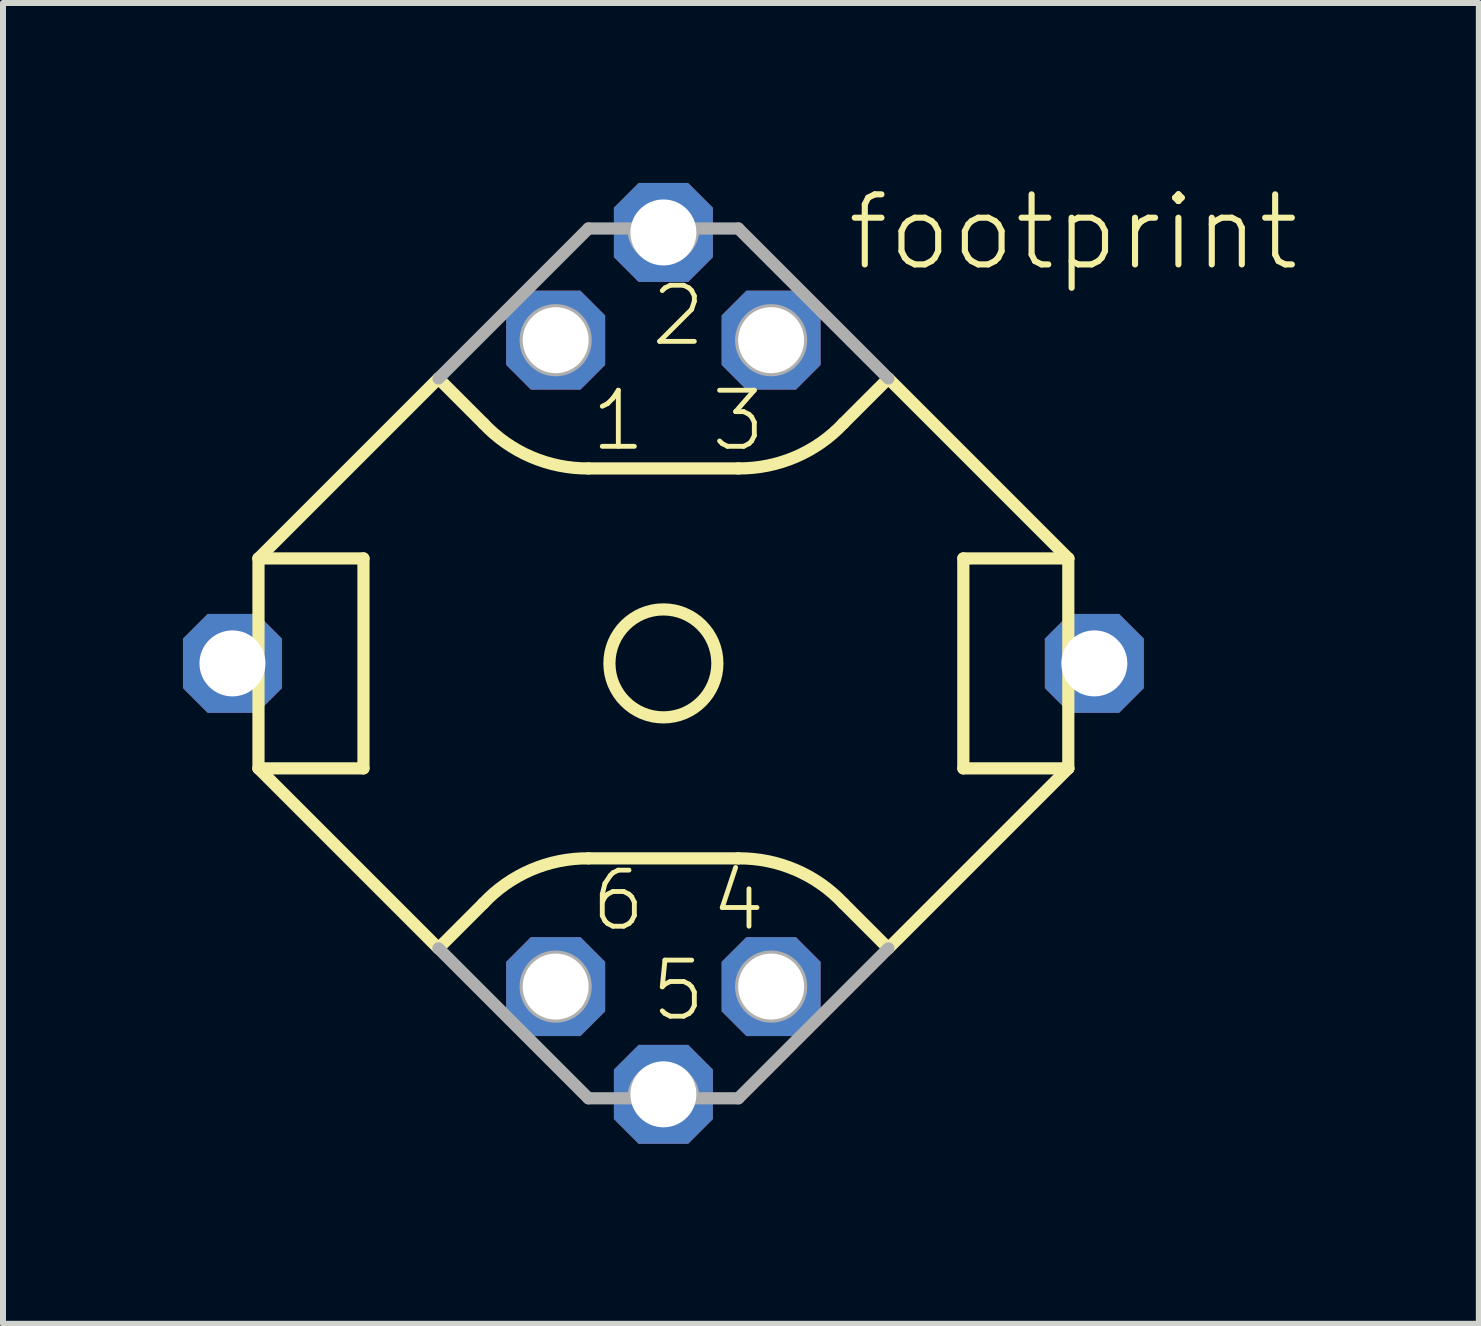
<source format=kicad_pcb>
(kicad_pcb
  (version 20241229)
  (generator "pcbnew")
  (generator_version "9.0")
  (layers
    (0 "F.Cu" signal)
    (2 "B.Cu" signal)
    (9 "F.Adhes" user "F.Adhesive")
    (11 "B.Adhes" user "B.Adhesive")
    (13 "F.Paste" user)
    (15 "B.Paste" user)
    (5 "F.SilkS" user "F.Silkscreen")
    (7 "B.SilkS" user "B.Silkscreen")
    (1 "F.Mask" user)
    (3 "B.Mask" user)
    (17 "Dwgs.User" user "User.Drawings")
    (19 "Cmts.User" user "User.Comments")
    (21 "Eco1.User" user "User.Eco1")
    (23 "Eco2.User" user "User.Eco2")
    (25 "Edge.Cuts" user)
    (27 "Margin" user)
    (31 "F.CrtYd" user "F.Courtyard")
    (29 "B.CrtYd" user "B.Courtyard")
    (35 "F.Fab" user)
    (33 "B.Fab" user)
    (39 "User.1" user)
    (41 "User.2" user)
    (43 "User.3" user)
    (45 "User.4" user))
  (footprint "footprint"
    (layer "F.Cu")
    (at 8.009 8.009)
    (property "Reference" "footprint" (at 3.012 -6.503 0) (layer "F.SilkS") (effects (font (size 1.168 1.168) (thickness 0.102)) (justify left bottom)))
    (fp_line (start -6.75 -1.75) (end -6.75 1.75) (stroke (width 0.203) (type solid)) (layer "F.SilkS"))
    (fp_line (start -6.75 -1.75) (end -5 -1.75) (stroke (width 0.203) (type solid)) (layer "F.SilkS"))
    (fp_line (start -6.75 -1.75) (end -3.75 -4.75) (stroke (width 0.203) (type solid)) (layer "F.SilkS"))
    (fp_line (start -6.75 1.75) (end -3.75 4.75) (stroke (width 0.203) (type solid)) (layer "F.SilkS"))
    (fp_line (start -5 -1.75) (end -5 1.75) (stroke (width 0.203) (type solid)) (layer "F.SilkS"))
    (fp_line (start -5 1.75) (end -6.75 1.75) (stroke (width 0.203) (type solid)) (layer "F.SilkS"))
    (fp_line (start -3 -4) (end -3.75 -4.75) (stroke (width 0.203) (type solid)) (layer "F.SilkS"))
    (fp_line (start -3 4) (end -3.75 4.75) (stroke (width 0.203) (type solid)) (layer "F.SilkS"))
    (fp_line (start -1.25 -3.25) (end 1.25 -3.25) (stroke (width 0.203) (type solid)) (layer "F.SilkS"))
    (fp_line (start 1.25 3.25) (end -1.25 3.25) (stroke (width 0.203) (type solid)) (layer "F.SilkS"))
    (fp_line (start 3.75 -4.75) (end 3 -4) (stroke (width 0.203) (type solid)) (layer "F.SilkS"))
    (fp_line (start 3.75 4.75) (end 3 4) (stroke (width 0.203) (type solid)) (layer "F.SilkS"))
    (fp_line (start 5 -1.75) (end 6.75 -1.75) (stroke (width 0.203) (type solid)) (layer "F.SilkS"))
    (fp_line (start 5 1.75) (end 5 -1.75) (stroke (width 0.203) (type solid)) (layer "F.SilkS"))
    (fp_line (start 6.75 -1.75) (end 3.75 -4.75) (stroke (width 0.203) (type solid)) (layer "F.SilkS"))
    (fp_line (start 6.75 -1.75) (end 6.75 1.75) (stroke (width 0.203) (type solid)) (layer "F.SilkS"))
    (fp_line (start 6.75 1.75) (end 3.75 4.75) (stroke (width 0.203) (type solid)) (layer "F.SilkS"))
    (fp_line (start 6.75 1.75) (end 5 1.75) (stroke (width 0.203) (type solid)) (layer "F.SilkS"))
    (fp_arc (start -3 4) (mid -2.203454 3.441915) (end -1.25 3.2499) (stroke (width 0.2032) (type solid)) (layer "F.SilkS"))
    (fp_arc (start -1.25 -3.2498) (mid -2.203463 -3.441869) (end -3 -4) (stroke (width 0.2032) (type solid)) (layer "F.SilkS"))
    (fp_arc (start 1.25 3.25) (mid 2.2034 3.442035) (end 2.999899 4.0001) (stroke (width 0.2032) (type solid)) (layer "F.SilkS"))
    (fp_arc (start 2.999899 -4.0001) (mid 2.203403 -3.442027) (end 1.25 -3.25) (stroke (width 0.2032) (type solid)) (layer "F.SilkS"))
    (fp_circle (center 0 0) (end 0.9 0) (stroke (width 0.203) (type solid)) (fill no) (layer "F.SilkS"))
    (fp_line (start -3.75 -4.75) (end -1.25 -7.25) (stroke (width 0.203) (type solid)) (layer "F.Fab"))
    (fp_line (start -3.75 4.75) (end -1.25 7.25) (stroke (width 0.203) (type solid)) (layer "F.Fab"))
    (fp_line (start -1.25 -7.25) (end -0.5 -7.25) (stroke (width 0.203) (type solid)) (layer "F.Fab"))
    (fp_line (start -1.25 7.25) (end -0.5 7.25) (stroke (width 0.203) (type solid)) (layer "F.Fab"))
    (fp_line (start 0.5 -7.25) (end 1.25 -7.25) (stroke (width 0.203) (type solid)) (layer "F.Fab"))
    (fp_line (start 0.5 7.25) (end 1.25 7.25) (stroke (width 0.203) (type solid)) (layer "F.Fab"))
    (fp_line (start 1.25 -7.25) (end 3.75 -4.75) (stroke (width 0.203) (type solid)) (layer "F.Fab"))
    (fp_line (start 1.25 7.25) (end 3.75 4.75) (stroke (width 0.203) (type solid)) (layer "F.Fab"))
    (fp_arc (start -0.5 7.25) (mid 0 6.75) (end 0.5 7.25) (stroke (width 0.2032) (type solid)) (layer "F.Fab"))
    (fp_arc (start 0.5 -7.25) (mid 0 -6.75) (end -0.5 -7.25) (stroke (width 0.2032) (type solid)) (layer "F.Fab"))
    (fp_circle (center -1.796 -5.388) (end -1.296 -5.388) (stroke (width 0.203) (type solid)) (fill no) (layer "F.Fab"))
    (fp_circle (center -1.796 5.388) (end -1.296 5.388) (stroke (width 0.203) (type solid)) (fill no) (layer "F.Fab"))
    (fp_circle (center 1.796 -5.388) (end 2.296 -5.388) (stroke (width 0.203) (type solid)) (fill no) (layer "F.Fab"))
    (fp_circle (center 1.796 5.388) (end 2.296 5.388) (stroke (width 0.203) (type solid)) (fill no) (layer "F.Fab"))
    (fp_text user "3" (at 0.75 -3.5 0) (layer "F.SilkS") (effects (font (size 0.935 0.935) (thickness 0.081)) (justify left bottom)))
    (fp_text user "4" (at 0.75 4.5 0) (layer "F.SilkS") (effects (font (size 0.935 0.935) (thickness 0.081)) (justify left bottom)))
    (fp_text user "5" (at -0.25 6 0) (layer "F.SilkS") (effects (font (size 0.935 0.935) (thickness 0.081)) (justify left bottom)))
    (fp_text user "1" (at -1.25 -3.5 0) (layer "F.SilkS") (effects (font (size 0.935 0.935) (thickness 0.081)) (justify left bottom)))
    (fp_text user "2" (at -0.25 -5.25 0) (layer "F.SilkS") (effects (font (size 0.935 0.935) (thickness 0.081)) (justify left bottom)))
    (fp_text user "6" (at -1.25 4.5 0) (layer "F.SilkS") (effects (font (size 0.935 0.935) (thickness 0.081)) (justify left bottom)))
    (pad "1" thru_hole roundrect (at -1.796 -5.388) (size 1.65 1.65) (drill 1.1) (layers "*.Cu" "*.Mask") (roundrect_rratio 0.25) (chamfer_ratio 0.25) (chamfer top_left top_right bottom_left bottom_right))
    (pad "2" thru_hole roundrect (at 0 -7.184) (size 1.65 1.65) (drill 1.1) (layers "*.Cu" "*.Mask") (roundrect_rratio 0.25) (chamfer_ratio 0.25) (chamfer top_left top_right bottom_left bottom_right))
    (pad "3" thru_hole roundrect (at 1.796 -5.388) (size 1.65 1.65) (drill 1.1) (layers "*.Cu" "*.Mask") (roundrect_rratio 0.25) (chamfer_ratio 0.25) (chamfer top_left top_right bottom_left bottom_right))
    (pad "4" thru_hole roundrect (at 1.796 5.388) (size 1.65 1.65) (drill 1.1) (layers "*.Cu" "*.Mask") (roundrect_rratio 0.25) (chamfer_ratio 0.25) (chamfer top_left top_right bottom_left bottom_right))
    (pad "5" thru_hole roundrect (at 0 7.184) (size 1.65 1.65) (drill 1.1) (layers "*.Cu" "*.Mask") (roundrect_rratio 0.25) (chamfer_ratio 0.25) (chamfer top_left top_right bottom_left bottom_right))
    (pad "6" thru_hole roundrect (at -1.796 5.388) (size 1.65 1.65) (drill 1.1) (layers "*.Cu" "*.Mask") (roundrect_rratio 0.25) (chamfer_ratio 0.25) (chamfer top_left top_right bottom_left bottom_right))
    (pad "M1" thru_hole roundrect (at -7.184 0) (size 1.65 1.65) (drill 1.1) (layers "*.Cu" "*.Mask") (roundrect_rratio 0.25) (chamfer_ratio 0.25) (chamfer top_left top_right bottom_left bottom_right))
    (pad "M2" thru_hole roundrect (at 7.184 0) (size 1.65 1.65) (drill 1.1) (layers "*.Cu" "*.Mask") (roundrect_rratio 0.25) (chamfer_ratio 0.25) (chamfer top_left top_right bottom_left bottom_right)))
  (gr_rect
    (start -3 -3)
    (end 21.603 19.018)
    (stroke (width 0.1) (type default))
    (fill no)
    (layer "Edge.Cuts")))
</source>
